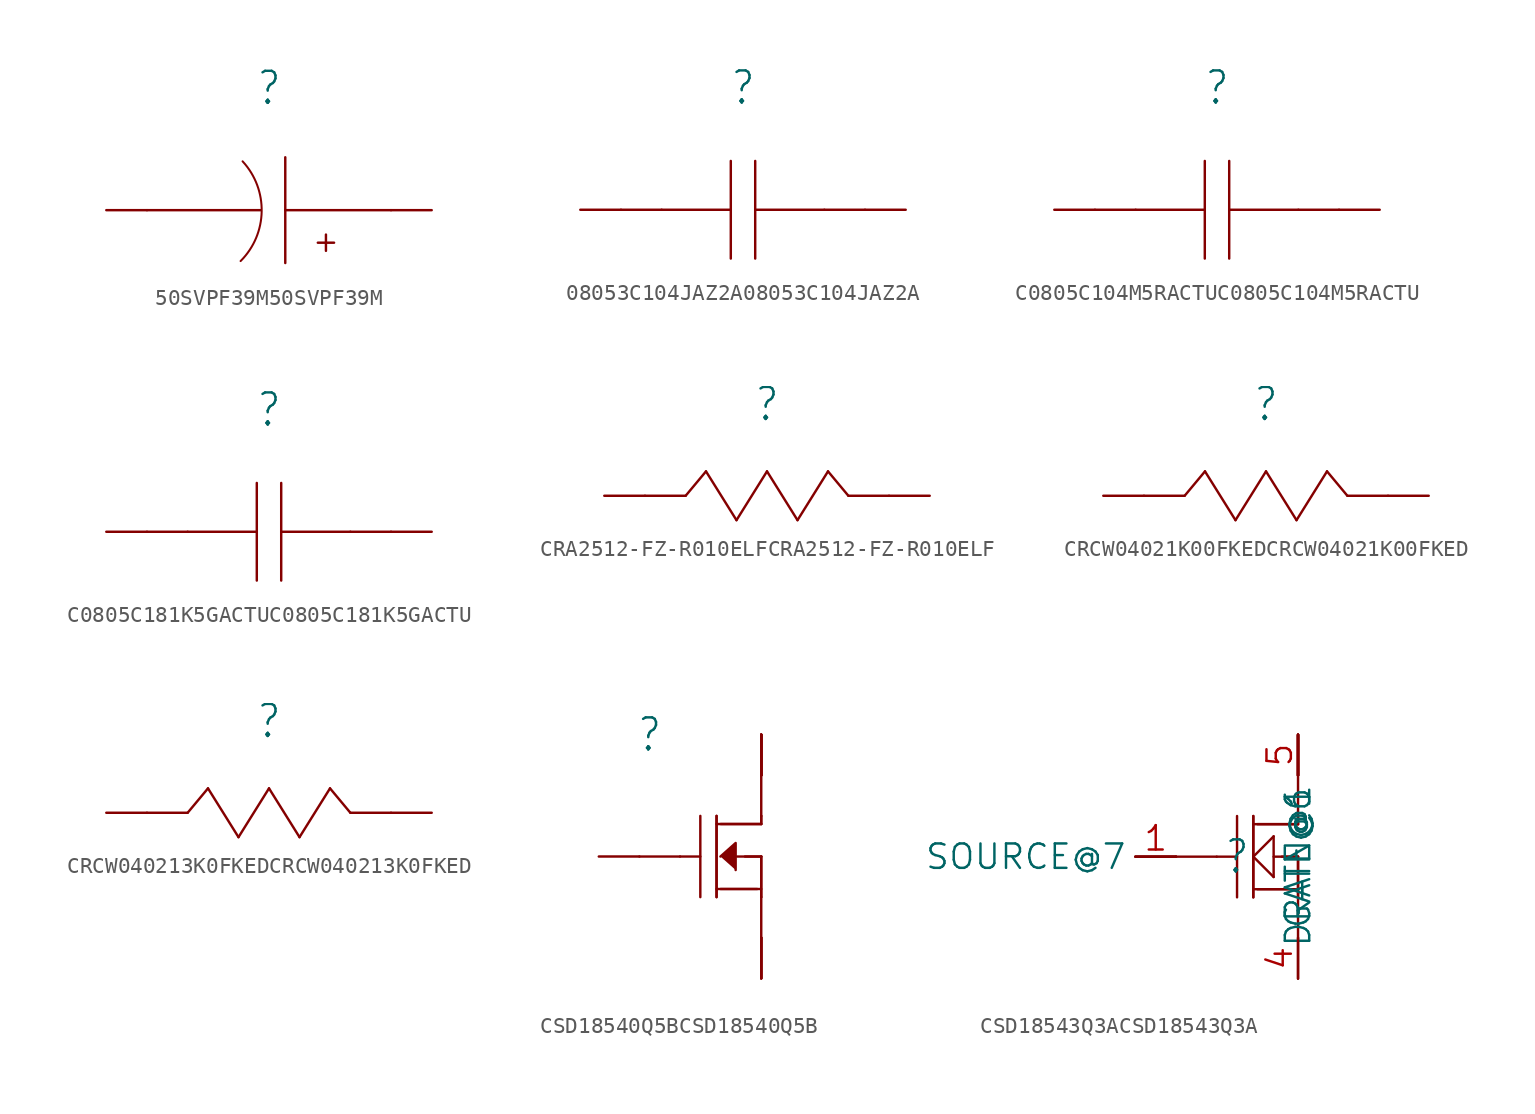
<source format=kicad_sym>
(kicad_symbol_lib
  (version 20241209)
  (generator "kicad_symbol_editor")
  (generator_version "9.0")
  (symbol "50SVPF39M50SVPF39M"
    (property "Reference" ""
      (at 0 7.62 0)
      (effects (font (size 2 1.7))))
    (property "Value" ""
      (at 0 5.08 0)
      (effects (font (size 2 1.7))))
    (property "ki_locked" ""
      (at 0 0 0)
      (effects (font (size 1.27 1.27))))
    (symbol "50SVPF39M50SVPF39M_1_0"
      (polyline (pts (xy -7.62 0) (xy -0.508 0)) (stroke (width 0.152) (type solid)) (fill (type none)))
      (arc (start -1.6494 3.0494) (mid -0.458 -0.0899) (end -1.7739 -3.179) (stroke (width 0.127) (type solid)) (fill (type none)))
      (polyline (pts (xy 1.016 0) (xy 7.62 0)) (stroke (width 0.152) (type solid)) (fill (type none)))
      (polyline (pts (xy 1.016 -3.302) (xy 1.016 3.302)) (stroke (width 0.152) (type solid)) (fill (type none)))
      (polyline (pts (xy 3.048 -2.032) (xy 4.064 -2.032)) (stroke (width 0.152) (type solid)) (fill (type none)))
      (polyline (pts (xy 3.556 -2.54) (xy 3.556 -1.524)) (stroke (width 0.152) (type solid)) (fill (type none)))
      (pin passive line (at -7.62 0 180) (length 2.54) (name "-@2" (effects (font (size 0 0)))) (number "2" (effects (font (size 0 0)))))
      (pin passive line (at 7.62 0 0) (length 2.54) (name "+@1" (effects (font (size 0 0)))) (number "1" (effects (font (size 0 0)))))))
  (symbol "08053C104JAZ2A08053C104JAZ2A"
    (property "Reference" ""
      (at 0 7.62 0)
      (effects (font (size 2 1.7))))
    (property "Value" ""
      (at 0 5.08 0)
      (effects (font (size 2 1.7))))
    (property "ki_locked" ""
      (at 0 0 0)
      (effects (font (size 1.27 1.27))))
    (symbol "08053C104JAZ2A08053C104JAZ2A_1_0"
      (polyline (pts (xy -7.62 0) (xy -5.08 0)) (stroke (width 0.152) (type solid)) (fill (type none)))
      (polyline (pts (xy -5.08 0) (xy -0.762 0)) (stroke (width 0.152) (type solid)) (fill (type none)))
      (polyline (pts (xy -0.762 -3.048) (xy -0.762 3.048)) (stroke (width 0.152) (type solid)) (fill (type none)))
      (polyline (pts (xy 0.762 0) (xy 5.08 0)) (stroke (width 0.152) (type solid)) (fill (type none)))
      (polyline (pts (xy 0.762 -3.048) (xy 0.762 3.048)) (stroke (width 0.152) (type solid)) (fill (type none)))
      (polyline (pts (xy 7.62 0) (xy 5.08 0)) (stroke (width 0.152) (type solid)) (fill (type none)))
      (pin passive line (at -7.62 0 180) (length 2.54) (name "2@2" (effects (font (size 0 0)))) (number "2" (effects (font (size 0 0)))))
      (pin passive line (at 7.62 0 0) (length 2.54) (name "1@1" (effects (font (size 0 0)))) (number "1" (effects (font (size 0 0)))))))
  (symbol "C0805C104M5RACTUC0805C104M5RACTU"
    (property "Reference" ""
      (at 0 7.62 0)
      (effects (font (size 2 1.7))))
    (property "Value" ""
      (at 0 5.08 0)
      (effects (font (size 2 1.7))))
    (property "ki_locked" ""
      (at 0 0 0)
      (effects (font (size 1.27 1.27))))
    (symbol "C0805C104M5RACTUC0805C104M5RACTU_1_0"
      (polyline (pts (xy -7.62 0) (xy -5.08 0)) (stroke (width 0.152) (type solid)) (fill (type none)))
      (polyline (pts (xy -5.08 0) (xy -0.762 0)) (stroke (width 0.152) (type solid)) (fill (type none)))
      (polyline (pts (xy -0.762 -3.048) (xy -0.762 3.048)) (stroke (width 0.152) (type solid)) (fill (type none)))
      (polyline (pts (xy 0.762 0) (xy 5.08 0)) (stroke (width 0.152) (type solid)) (fill (type none)))
      (polyline (pts (xy 0.762 -3.048) (xy 0.762 3.048)) (stroke (width 0.152) (type solid)) (fill (type none)))
      (polyline (pts (xy 7.62 0) (xy 5.08 0)) (stroke (width 0.152) (type solid)) (fill (type none)))
      (pin passive line (at -7.62 0 180) (length 2.54) (name "2@2" (effects (font (size 0 0)))) (number "2" (effects (font (size 0 0)))))
      (pin passive line (at 7.62 0 0) (length 2.54) (name "1@1" (effects (font (size 0 0)))) (number "1" (effects (font (size 0 0)))))))
  (symbol "C0805C181K5GACTUC0805C181K5GACTU"
    (property "Reference" ""
      (at 0 7.62 0)
      (effects (font (size 2 1.7))))
    (property "Value" ""
      (at 0 5.08 0)
      (effects (font (size 2 1.7))))
    (property "ki_locked" ""
      (at 0 0 0)
      (effects (font (size 1.27 1.27))))
    (symbol "C0805C181K5GACTUC0805C181K5GACTU_1_0"
      (polyline (pts (xy -7.62 0) (xy -5.08 0)) (stroke (width 0.152) (type solid)) (fill (type none)))
      (polyline (pts (xy -5.08 0) (xy -0.762 0)) (stroke (width 0.152) (type solid)) (fill (type none)))
      (polyline (pts (xy -0.762 -3.048) (xy -0.762 3.048)) (stroke (width 0.152) (type solid)) (fill (type none)))
      (polyline (pts (xy 0.762 0) (xy 5.08 0)) (stroke (width 0.152) (type solid)) (fill (type none)))
      (polyline (pts (xy 0.762 -3.048) (xy 0.762 3.048)) (stroke (width 0.152) (type solid)) (fill (type none)))
      (polyline (pts (xy 7.62 0) (xy 5.08 0)) (stroke (width 0.152) (type solid)) (fill (type none)))
      (pin passive line (at -7.62 0 180) (length 2.54) (name "2@2" (effects (font (size 0 0)))) (number "2" (effects (font (size 0 0)))))
      (pin passive line (at 7.62 0 0) (length 2.54) (name "1@1" (effects (font (size 0 0)))) (number "1" (effects (font (size 0 0)))))))
  (symbol "CRA2512-FZ-R010ELFCRA2512-FZ-R010ELF"
    (property "Reference" ""
      (at 0 5.715 0)
      (effects (font (size 2 1.7))))
    (property "Value" ""
      (at 0 3.175 0)
      (effects (font (size 2 1.7))))
    (property "ki_locked" ""
      (at 0 0 0)
      (effects (font (size 1.27 1.27))))
    (symbol "CRA2512-FZ-R010ELFCRA2512-FZ-R010ELF_1_0"
      (polyline (pts (xy -5.08 0) (xy -7.62 0)) (stroke (width 0.152) (type solid)) (fill (type none)))
      (polyline (pts (xy -3.81 1.524) (xy -5.08 0)) (stroke (width 0.152) (type solid)) (fill (type none)))
      (polyline (pts (xy -1.905 -1.524) (xy -3.81 1.524)) (stroke (width 0.152) (type solid)) (fill (type none)))
      (polyline (pts (xy 0 1.524) (xy -1.905 -1.524)) (stroke (width 0.152) (type solid)) (fill (type none)))
      (polyline (pts (xy 1.905 -1.524) (xy 0 1.524)) (stroke (width 0.152) (type solid)) (fill (type none)))
      (polyline (pts (xy 3.81 1.524) (xy 1.905 -1.524)) (stroke (width 0.152) (type solid)) (fill (type none)))
      (polyline (pts (xy 5.08 0) (xy 3.81 1.524)) (stroke (width 0.152) (type solid)) (fill (type none)))
      (polyline (pts (xy 7.62 0) (xy 5.08 0)) (stroke (width 0.152) (type solid)) (fill (type none)))
      (pin passive line (at -7.62 0 180) (length 2.54) (name "2@2" (effects (font (size 0 0)))) (number "2" (effects (font (size 0 0)))))
      (pin passive line (at 7.62 0 0) (length 2.54) (name "1@1" (effects (font (size 0 0)))) (number "1" (effects (font (size 0 0)))))))
  (symbol "CRCW04021K00FKEDCRCW04021K00FKED"
    (property "Reference" ""
      (at 0 5.715 0)
      (effects (font (size 2 1.7))))
    (property "Value" ""
      (at 0 3.175 0)
      (effects (font (size 2 1.7))))
    (property "ki_locked" ""
      (at 0 0 0)
      (effects (font (size 1.27 1.27))))
    (symbol "CRCW04021K00FKEDCRCW04021K00FKED_1_0"
      (polyline (pts (xy -5.08 0) (xy -7.62 0)) (stroke (width 0.152) (type solid)) (fill (type none)))
      (polyline (pts (xy -3.81 1.524) (xy -5.08 0)) (stroke (width 0.152) (type solid)) (fill (type none)))
      (polyline (pts (xy -1.905 -1.524) (xy -3.81 1.524)) (stroke (width 0.152) (type solid)) (fill (type none)))
      (polyline (pts (xy 0 1.524) (xy -1.905 -1.524)) (stroke (width 0.152) (type solid)) (fill (type none)))
      (polyline (pts (xy 1.905 -1.524) (xy 0 1.524)) (stroke (width 0.152) (type solid)) (fill (type none)))
      (polyline (pts (xy 3.81 1.524) (xy 1.905 -1.524)) (stroke (width 0.152) (type solid)) (fill (type none)))
      (polyline (pts (xy 5.08 0) (xy 3.81 1.524)) (stroke (width 0.152) (type solid)) (fill (type none)))
      (polyline (pts (xy 7.62 0) (xy 5.08 0)) (stroke (width 0.152) (type solid)) (fill (type none)))
      (pin passive line (at -7.62 0 180) (length 2.54) (name "2@2" (effects (font (size 0 0)))) (number "2" (effects (font (size 0 0)))))
      (pin passive line (at 7.62 0 0) (length 2.54) (name "1@1" (effects (font (size 0 0)))) (number "1" (effects (font (size 0 0)))))))
  (symbol "CRCW040213K0FKEDCRCW040213K0FKED"
    (property "Reference" ""
      (at 0 5.715 0)
      (effects (font (size 2 1.7))))
    (property "Value" ""
      (at 0 3.175 0)
      (effects (font (size 2 1.7))))
    (property "ki_locked" ""
      (at 0 0 0)
      (effects (font (size 1.27 1.27))))
    (symbol "CRCW040213K0FKEDCRCW040213K0FKED_1_0"
      (polyline (pts (xy -5.08 0) (xy -7.62 0)) (stroke (width 0.152) (type solid)) (fill (type none)))
      (polyline (pts (xy -3.81 1.524) (xy -5.08 0)) (stroke (width 0.152) (type solid)) (fill (type none)))
      (polyline (pts (xy -1.905 -1.524) (xy -3.81 1.524)) (stroke (width 0.152) (type solid)) (fill (type none)))
      (polyline (pts (xy 0 1.524) (xy -1.905 -1.524)) (stroke (width 0.152) (type solid)) (fill (type none)))
      (polyline (pts (xy 1.905 -1.524) (xy 0 1.524)) (stroke (width 0.152) (type solid)) (fill (type none)))
      (polyline (pts (xy 3.81 1.524) (xy 1.905 -1.524)) (stroke (width 0.152) (type solid)) (fill (type none)))
      (polyline (pts (xy 5.08 0) (xy 3.81 1.524)) (stroke (width 0.152) (type solid)) (fill (type none)))
      (polyline (pts (xy 7.62 0) (xy 5.08 0)) (stroke (width 0.152) (type solid)) (fill (type none)))
      (pin passive line (at -7.62 0 180) (length 2.54) (name "2@2" (effects (font (size 0 0)))) (number "2" (effects (font (size 0 0)))))
      (pin passive line (at 7.62 0 0) (length 2.54) (name "1@1" (effects (font (size 0 0)))) (number "1" (effects (font (size 0 0)))))))
  (symbol "CSD18540Q5BCSD18540Q5B"
    (property "Reference" ""
      (at -3.175 7.62 0)
      (effects (font (size 2 1.7))))
    (property "Value" ""
      (at -3.81 5.08 0)
      (effects (font (size 2 1.7))))
    (property "ki_locked" ""
      (at 0 0 0)
      (effects (font (size 1.27 1.27))))
    (symbol "CSD18540Q5BCSD18540Q5B_1_0"
      (polyline (pts (xy -3.81 0) (xy -1.27 0)) (stroke (width 0.152) (type solid)) (fill (type none)))
      (polyline (pts (xy -1.27 0) (xy 0 0)) (stroke (width 0.152) (type solid)) (fill (type none)))
      (polyline (pts (xy 0 -2.54) (xy 0 2.54)) (stroke (width 0.152) (type solid)) (fill (type none)))
      (polyline (pts (xy 1.016 2.54) (xy 1.016 -2.54)) (stroke (width 0.152) (type solid)) (fill (type none)))
      (polyline (pts (xy 1.016 2.54) (xy 1.016 -2.54)) (stroke (width 0.152) (type solid)) (fill (type none)))
      (polyline (pts (xy 1.016 -2.032) (xy 3.81 -2.032)) (stroke (width 0.152) (type solid)) (fill (type none)))
      (polyline (pts (xy 1.258 0) (xy 2.21 0.846) (xy 2.21 -0.846)) (stroke (width 0.152) (type solid)) (fill (type outline)))
      (polyline (pts (xy 1.27 -2.032) (xy 3.556 -2.032)) (stroke (width 0.152) (type solid)) (fill (type none)))
      (polyline (pts (xy 2.286 0) (xy 3.81 0)) (stroke (width 0.152) (type solid)) (fill (type none)))
      (polyline (pts (xy 2.794 0) (xy 3.81 0)) (stroke (width 0.152) (type solid)) (fill (type none)))
      (polyline (pts (xy 3.81 7.62) (xy 3.81 5.08)) (stroke (width 0.152) (type solid)) (fill (type none)))
      (polyline (pts (xy 3.81 5.08) (xy 3.81 2.54)) (stroke (width 0.152) (type solid)) (fill (type none)))
      (polyline (pts (xy 3.81 2.54) (xy 3.81 2.032)) (stroke (width 0.152) (type solid)) (fill (type none)))
      (polyline (pts (xy 3.81 2.54) (xy 3.81 2.032)) (stroke (width 0.152) (type solid)) (fill (type none)))
      (polyline (pts (xy 3.81 2.032) (xy 1.016 2.032)) (stroke (width 0.152) (type solid)) (fill (type none)))
      (polyline (pts (xy 3.81 2.032) (xy 1.27 2.032)) (stroke (width 0.152) (type solid)) (fill (type none)))
      (polyline (pts (xy 3.81 0) (xy 3.81 -2.54)) (stroke (width 0.152) (type solid)) (fill (type none)))
      (polyline (pts (xy 3.81 0) (xy 3.81 -2.54)) (stroke (width 0.152) (type solid)) (fill (type none)))
      (polyline (pts (xy 3.81 -2.54) (xy 3.81 -5.08)) (stroke (width 0.152) (type solid)) (fill (type none)))
      (polyline (pts (xy 3.81 -7.62) (xy 3.81 -5.08)) (stroke (width 0.152) (type solid)) (fill (type none)))
      (pin passive line (at -3.81 0 180) (length 2.54) (name "GATE@6" (effects (font (size 0 0)))) (number "4" (effects (font (size 0 0)))))
      (pin passive line (at 3.81 7.62 270) (length 2.54) (name "DRAIN@1" (effects (font (size 0 0)))) (number "5" (effects (font (size 0 0)))))
      (pin passive line (at 3.81 7.62 270) (length 2.54) (name "DRAIN@2" (effects (font (size 0 0)))) (number "6" (effects (font (size 0 0)))))
      (pin passive line (at 3.81 7.62 270) (length 2.54) (name "DRAIN@3" (effects (font (size 0 0)))) (number "7" (effects (font (size 0 0)))))
      (pin passive line (at 3.81 7.62 270) (length 2.54) (name "DRAIN@4" (effects (font (size 0 0)))) (number "8" (effects (font (size 0 0)))))
      (pin passive line (at 3.81 7.62 270) (length 2.54) (name "DRAIN@5" (effects (font (size 0 0)))) (number "9" (effects (font (size 0 0)))))
      (pin passive line (at 3.81 -7.62 90) (length 2.54) (name "SOURCE@7" (effects (font (size 0 0)))) (number "1" (effects (font (size 0 0)))))
      (pin passive line (at 3.81 -7.62 90) (length 2.54) (name "SOURCE@8" (effects (font (size 0 0)))) (number "2" (effects (font (size 0 0)))))
      (pin passive line (at 3.81 -7.62 90) (length 2.54) (name "SOURCE@9" (effects (font (size 0 0)))) (number "3" (effects (font (size 0 0)))))))
  (symbol "CSD18543Q3ACSD18543Q3A"
    (property "Reference" ""
      (at 0 0 0)
      (effects (font (size 2 1.7))))
    (property "Value" ""
      (at 0 0 0)
      (effects (font (size 2 1.7))))
    (property "ki_locked" ""
      (at 0 0 0)
      (effects (font (size 1.27 1.27))))
    (symbol "CSD18543Q3ACSD18543Q3A_1_0"
      (polyline (pts (xy -3.81 0) (xy -1.27 0)) (stroke (width 0.152) (type solid)) (fill (type none)))
      (polyline (pts (xy -1.27 0) (xy 0 0)) (stroke (width 0.152) (type solid)) (fill (type none)))
      (polyline (pts (xy 0 -2.54) (xy 0 2.54)) (stroke (width 0.152) (type solid)) (fill (type none)))
      (polyline (pts (xy 1.016 2.54) (xy 1.016 -2.54)) (stroke (width 0.152) (type solid)) (fill (type none)))
      (polyline (pts (xy 1.016 2.54) (xy 1.016 -2.54)) (stroke (width 0.152) (type solid)) (fill (type none)))
      (polyline (pts (xy 1.016 0) (xy 2.286 1.27)) (stroke (width 0.152) (type solid)) (fill (type none)))
      (polyline (pts (xy 1.016 -2.032) (xy 3.81 -2.032)) (stroke (width 0.152) (type solid)) (fill (type none)))
      (polyline (pts (xy 1.27 -2.032) (xy 3.556 -2.032)) (stroke (width 0.152) (type solid)) (fill (type none)))
      (polyline (pts (xy 2.286 1.27) (xy 2.286 -1.27)) (stroke (width 0.152) (type solid)) (fill (type none)))
      (polyline (pts (xy 2.286 0) (xy 3.81 0)) (stroke (width 0.152) (type solid)) (fill (type none)))
      (polyline (pts (xy 2.286 -1.27) (xy 1.016 0)) (stroke (width 0.152) (type solid)) (fill (type none)))
      (polyline (pts (xy 2.794 0) (xy 3.81 0)) (stroke (width 0.152) (type solid)) (fill (type none)))
      (polyline (pts (xy 3.81 7.62) (xy 3.81 5.08)) (stroke (width 0.152) (type solid)) (fill (type none)))
      (polyline (pts (xy 3.81 5.08) (xy 3.81 2.54)) (stroke (width 0.152) (type solid)) (fill (type none)))
      (polyline (pts (xy 3.81 2.54) (xy 3.81 2.032)) (stroke (width 0.152) (type solid)) (fill (type none)))
      (polyline (pts (xy 3.81 2.54) (xy 3.81 2.032)) (stroke (width 0.152) (type solid)) (fill (type none)))
      (polyline (pts (xy 3.81 2.032) (xy 1.016 2.032)) (stroke (width 0.152) (type solid)) (fill (type none)))
      (polyline (pts (xy 3.81 2.032) (xy 1.27 2.032)) (stroke (width 0.152) (type solid)) (fill (type none)))
      (polyline (pts (xy 3.81 0) (xy 3.81 -2.54)) (stroke (width 0.152) (type solid)) (fill (type none)))
      (polyline (pts (xy 3.81 0) (xy 3.81 -2.54)) (stroke (width 0.152) (type solid)) (fill (type none)))
      (polyline (pts (xy 3.81 -2.54) (xy 3.81 -5.08)) (stroke (width 0.152) (type solid)) (fill (type none)))
      (polyline (pts (xy 3.81 -7.62) (xy 3.81 -5.08)) (stroke (width 0.152) (type solid)) (fill (type none)))
      (pin passive line (at -3.81 0 180) (length 2.54) (name "SOURCE@7" (effects (font (size 1.524 1.524)))) (number "1" (effects (font (size 1.524 1.524)))))
      (pin passive line (at -3.81 0 180) (length 2.54) (name "SOURCE@8" (effects (font (size 0 0)))) (number "2" (effects (font (size 0 0)))))
      (pin passive line (at -3.81 0 180) (length 2.54) (name "SOURCE@9" (effects (font (size 0 0)))) (number "3" (effects (font (size 0 0)))))
      (pin passive line (at 3.81 7.62 270) (length 2.54) (name "DRAIN@1" (effects (font (size 1.524 1.524)))) (number "5" (effects (font (size 1.524 1.524)))))
      (pin passive line (at 3.81 7.62 270) (length 2.54) (name "DRAIN@2" (effects (font (size 0 0)))) (number "6" (effects (font (size 0 0)))))
      (pin passive line (at 3.81 7.62 270) (length 2.54) (name "DRAIN@3" (effects (font (size 0 0)))) (number "7" (effects (font (size 0 0)))))
      (pin passive line (at 3.81 7.62 270) (length 2.54) (name "DRAIN@4" (effects (font (size 0 0)))) (number "8" (effects (font (size 0 0)))))
      (pin passive line (at 3.81 7.62 270) (length 2.54) (name "DRAIN@5" (effects (font (size 0 0)))) (number "9" (effects (font (size 0 0)))))
      (pin passive line (at 3.81 -7.62 90) (length 2.54) (name "GATE@6" (effects (font (size 1.524 1.524)))) (number "4" (effects (font (size 1.524 1.524))))))))
</source>
